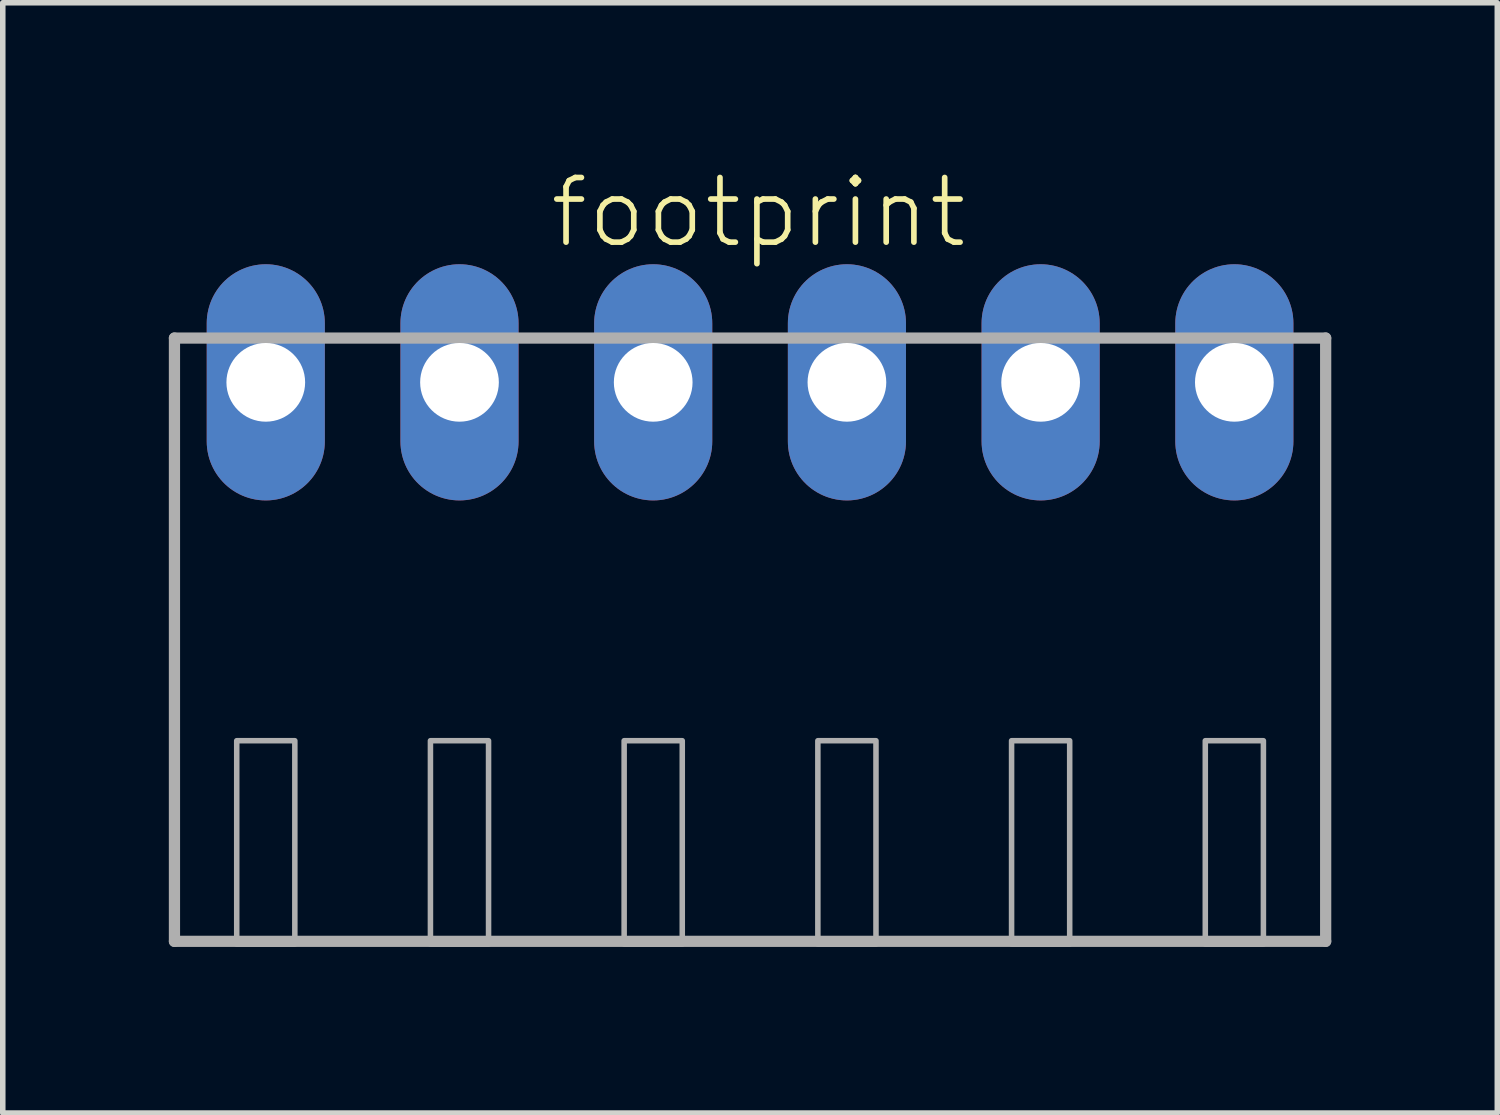
<source format=kicad_pcb>
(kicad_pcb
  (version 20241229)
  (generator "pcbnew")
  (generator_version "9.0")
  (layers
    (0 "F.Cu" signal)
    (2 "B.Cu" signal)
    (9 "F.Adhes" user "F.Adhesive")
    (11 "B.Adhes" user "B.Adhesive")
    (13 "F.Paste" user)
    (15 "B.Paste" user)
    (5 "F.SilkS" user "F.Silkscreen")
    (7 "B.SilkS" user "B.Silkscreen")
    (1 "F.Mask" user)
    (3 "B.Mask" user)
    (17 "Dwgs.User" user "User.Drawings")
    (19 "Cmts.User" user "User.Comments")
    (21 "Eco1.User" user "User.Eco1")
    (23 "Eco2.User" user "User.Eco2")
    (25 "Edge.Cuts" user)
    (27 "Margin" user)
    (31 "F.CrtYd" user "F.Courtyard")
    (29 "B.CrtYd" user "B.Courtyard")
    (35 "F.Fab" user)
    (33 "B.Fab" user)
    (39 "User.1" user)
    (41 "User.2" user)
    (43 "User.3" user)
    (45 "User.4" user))
  (footprint "footprint"
    (layer "F.Cu")
    (at 10.502 9.108)
    (property "Reference" "footprint" (at -3.67 -7.635 0) (layer "F.SilkS") (effects (font (size 1.168 1.168) (thickness 0.102)) (justify left bottom)))
    (fp_line (start -10.4 -6.05) (end -10.4 4.85) (stroke (width 0.203) (type solid)) (layer "F.Fab"))
    (fp_line (start -10.4 4.85) (end 10.4 4.85) (stroke (width 0.203) (type solid)) (layer "F.Fab"))
    (fp_line (start 10.4 -6.05) (end -10.4 -6.05) (stroke (width 0.203) (type solid)) (layer "F.Fab"))
    (fp_line (start 10.4 4.85) (end 10.4 -6.05) (stroke (width 0.203) (type solid)) (layer "F.Fab"))
    (fp_poly (pts (xy -9.275 4.9) (xy -8.225 4.9) (xy -8.225 1.225) (xy -9.275 1.225)) (stroke (width 0.1) (type solid)) (fill no) (layer "F.Fab"))
    (fp_poly (pts (xy -5.775 4.9) (xy -4.725 4.9) (xy -4.725 1.225) (xy -5.775 1.225)) (stroke (width 0.1) (type solid)) (fill no) (layer "F.Fab"))
    (fp_poly (pts (xy -2.275 4.9) (xy -1.225 4.9) (xy -1.225 1.225) (xy -2.275 1.225)) (stroke (width 0.1) (type solid)) (fill no) (layer "F.Fab"))
    (fp_poly (pts (xy 1.225 4.9) (xy 2.275 4.9) (xy 2.275 1.225) (xy 1.225 1.225)) (stroke (width 0.1) (type solid)) (fill no) (layer "F.Fab"))
    (fp_poly (pts (xy 4.725 4.9) (xy 5.775 4.9) (xy 5.775 1.225) (xy 4.725 1.225)) (stroke (width 0.1) (type solid)) (fill no) (layer "F.Fab"))
    (fp_poly (pts (xy 8.225 4.9) (xy 9.275 4.9) (xy 9.275 1.225) (xy 8.225 1.225)) (stroke (width 0.1) (type solid)) (fill no) (layer "F.Fab"))
    (pad "1" thru_hole oval (at -8.75 -5.25 90) (size 4.267 2.134) (drill 1.422) (layers "*.Cu" "*.Mask"))
    (pad "2" thru_hole oval (at -5.25 -5.25 90) (size 4.267 2.134) (drill 1.422) (layers "*.Cu" "*.Mask"))
    (pad "3" thru_hole oval (at -1.75 -5.25 90) (size 4.267 2.134) (drill 1.422) (layers "*.Cu" "*.Mask"))
    (pad "4" thru_hole oval (at 1.75 -5.25 90) (size 4.267 2.134) (drill 1.422) (layers "*.Cu" "*.Mask"))
    (pad "5" thru_hole oval (at 5.25 -5.25 90) (size 4.267 2.134) (drill 1.422) (layers "*.Cu" "*.Mask"))
    (pad "6" thru_hole oval (at 8.75 -5.25 90) (size 4.267 2.134) (drill 1.422) (layers "*.Cu" "*.Mask")))
  (gr_rect
    (start -3 -3)
    (end 24.003 17.06)
    (stroke (width 0.1) (type default))
    (fill no)
    (layer "Edge.Cuts")))
</source>
